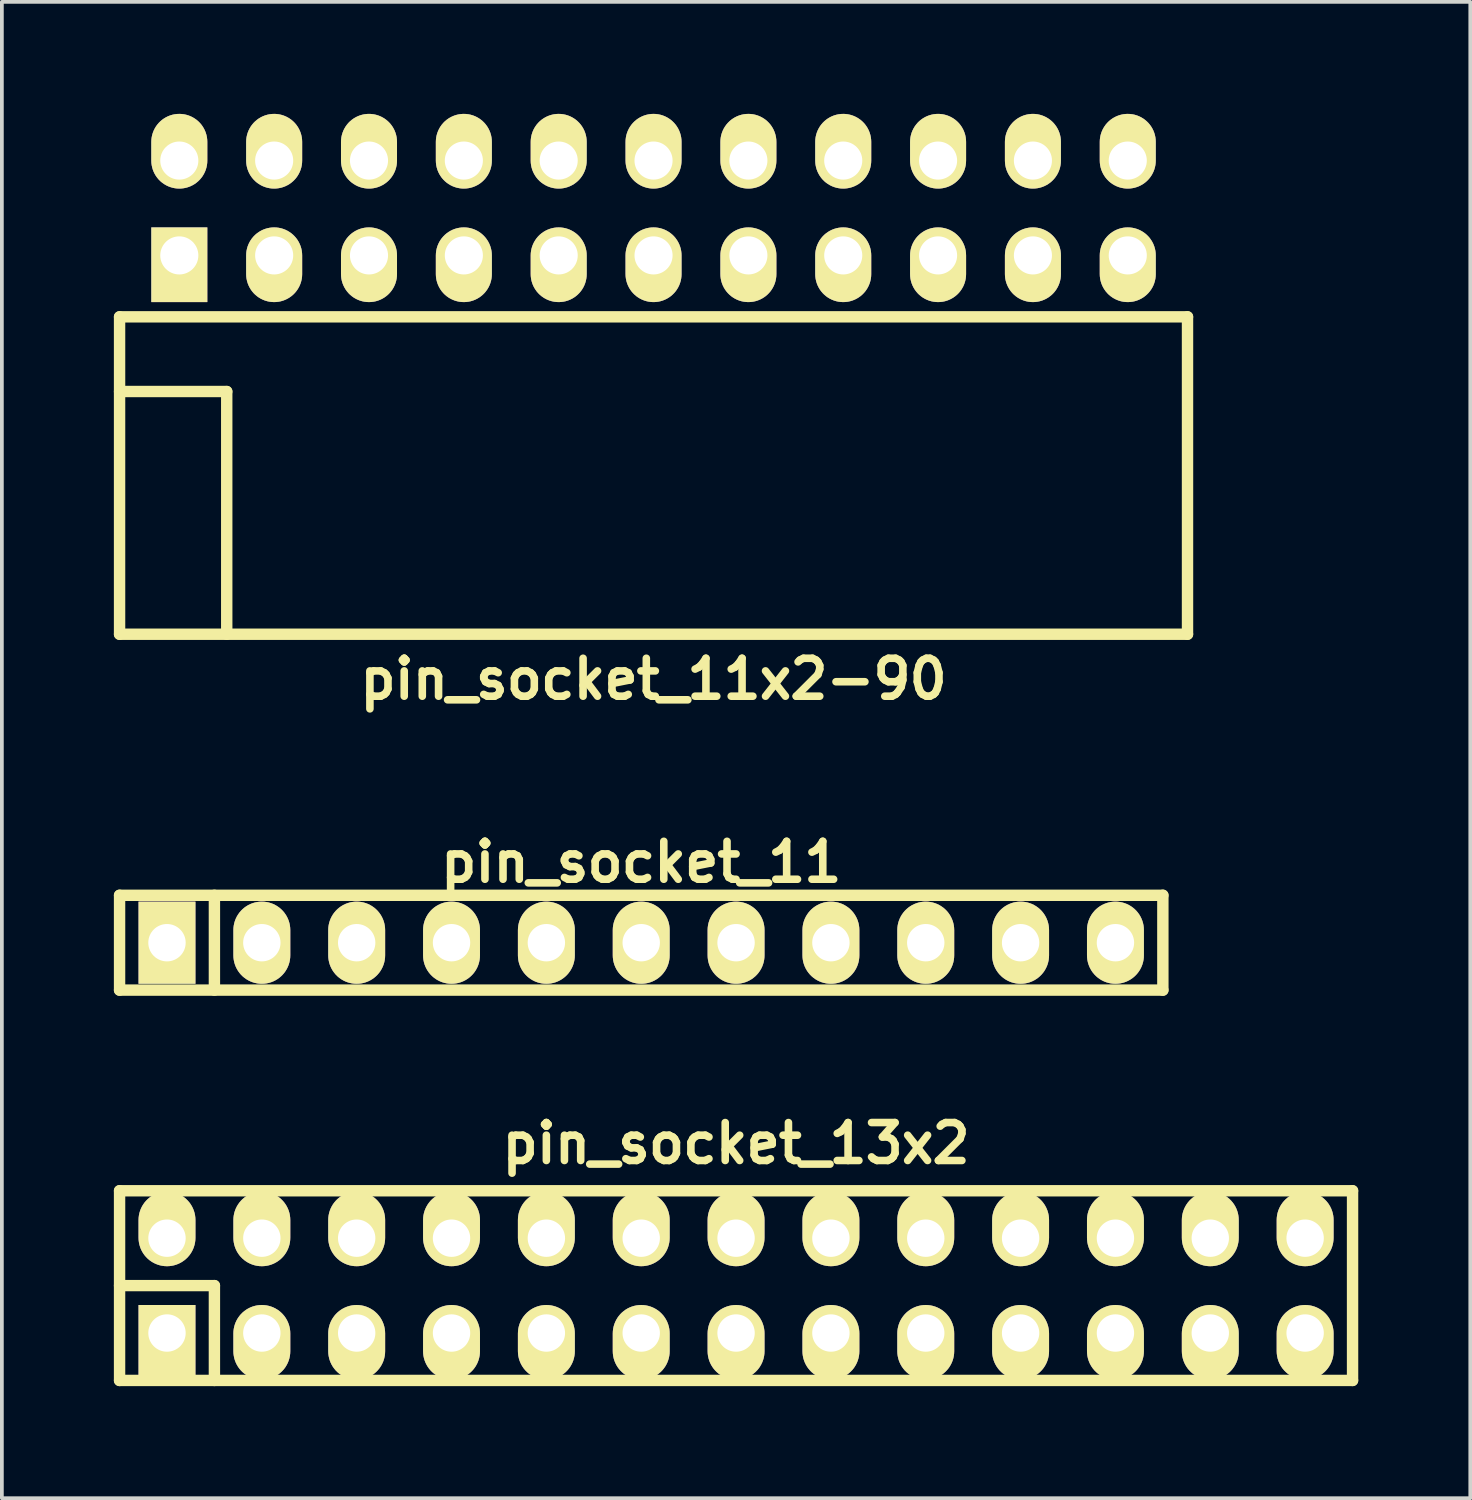
<source format=kicad_pcb>
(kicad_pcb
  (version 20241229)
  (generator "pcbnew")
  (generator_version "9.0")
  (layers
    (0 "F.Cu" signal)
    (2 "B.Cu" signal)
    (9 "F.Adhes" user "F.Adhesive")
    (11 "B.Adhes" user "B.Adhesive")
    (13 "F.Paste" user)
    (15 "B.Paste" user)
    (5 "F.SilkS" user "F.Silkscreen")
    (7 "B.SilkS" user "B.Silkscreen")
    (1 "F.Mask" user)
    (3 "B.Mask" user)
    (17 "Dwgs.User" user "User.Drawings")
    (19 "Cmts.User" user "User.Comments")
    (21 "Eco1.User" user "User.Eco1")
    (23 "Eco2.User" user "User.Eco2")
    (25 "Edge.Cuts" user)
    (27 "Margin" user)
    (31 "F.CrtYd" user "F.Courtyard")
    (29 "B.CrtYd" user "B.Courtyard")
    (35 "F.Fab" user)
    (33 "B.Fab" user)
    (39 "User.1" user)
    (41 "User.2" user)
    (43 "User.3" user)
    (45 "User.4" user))
  (footprint "pin_socket_11"
    (layer "F.Cu")
    (at 14.122 22.196)
    (property "Reference" "pin_socket_11" (at 0 -2.159 0) (layer "F.SilkS") (effects (font (size 1.016 1.016) (thickness 0.203))))
    (attr through_hole)
    (fp_line (start -13.97 -1.27) (end 13.97 -1.27) (stroke (width 0.305) (type solid)) (layer "F.SilkS"))
    (fp_line (start -13.97 1.27) (end -13.97 -1.27) (stroke (width 0.305) (type solid)) (layer "F.SilkS"))
    (fp_line (start -11.43 -1.27) (end -11.43 1.27) (stroke (width 0.305) (type solid)) (layer "F.SilkS"))
    (fp_line (start 13.97 -1.27) (end 13.97 1.27) (stroke (width 0.305) (type solid)) (layer "F.SilkS"))
    (fp_line (start 13.97 1.27) (end -13.97 1.27) (stroke (width 0.305) (type solid)) (layer "F.SilkS"))
    (pad "1" thru_hole rect (at -12.7 0) (size 1.524 2.2) (drill 1.001) (layers "*.Cu" "*.Mask" "F.SilkS"))
    (pad "2" thru_hole oval (at -10.16 0) (size 1.524 2.2) (drill 1.001) (layers "*.Cu" "*.Mask" "F.SilkS"))
    (pad "3" thru_hole oval (at -7.62 0) (size 1.524 2.2) (drill 1.001) (layers "*.Cu" "*.Mask" "F.SilkS"))
    (pad "4" thru_hole oval (at -5.08 0) (size 1.524 2.2) (drill 1.001) (layers "*.Cu" "*.Mask" "F.SilkS"))
    (pad "5" thru_hole oval (at -2.54 0) (size 1.524 2.2) (drill 1.001) (layers "*.Cu" "*.Mask" "F.SilkS"))
    (pad "6" thru_hole oval (at 0 0) (size 1.524 2.2) (drill 1.001) (layers "*.Cu" "*.Mask" "F.SilkS"))
    (pad "7" thru_hole oval (at 2.54 0) (size 1.524 2.2) (drill 1.001) (layers "*.Cu" "*.Mask" "F.SilkS"))
    (pad "8" thru_hole oval (at 5.08 0) (size 1.524 2.2) (drill 1.001) (layers "*.Cu" "*.Mask" "F.SilkS"))
    (pad "9" thru_hole oval (at 7.62 0) (size 1.524 2.2) (drill 1.001) (layers "*.Cu" "*.Mask" "F.SilkS"))
    (pad "10" thru_hole oval (at 10.16 0) (size 1.524 2.2) (drill 1.001) (layers "*.Cu" "*.Mask" "F.SilkS"))
    (pad "11" thru_hole oval (at 12.7 0) (size 1.524 2.2) (drill 1.001) (layers "*.Cu" "*.Mask" "F.SilkS")))
  (footprint "pin_socket_11x2-90"
    (layer "F.Cu")
    (at 14.452 7.435)
    (property "Reference" "pin_socket_11x2-90" (at 0 7.7 0) (layer "F.SilkS") (effects (font (size 1.016 1.016) (thickness 0.203))))
    (attr through_hole)
    (fp_line (start -14.3 -2) (end -14.3 6.5) (stroke (width 0.305) (type solid)) (layer "F.SilkS"))
    (fp_line (start -14.3 -2) (end 14.3 -2) (stroke (width 0.305) (type solid)) (layer "F.SilkS"))
    (fp_line (start -14.3 0) (end -11.43 0) (stroke (width 0.305) (type solid)) (layer "F.SilkS"))
    (fp_line (start -14.3 6.5) (end 14.3 6.5) (stroke (width 0.305) (type solid)) (layer "F.SilkS"))
    (fp_line (start -11.43 0) (end -11.43 6.5) (stroke (width 0.305) (type solid)) (layer "F.SilkS"))
    (fp_line (start 14.3 -2) (end 14.3 6.5) (stroke (width 0.305) (type solid)) (layer "F.SilkS"))
    (pad "1" thru_hole rect (at -12.7 -3.645) (size 1.5 2) (drill 1.02 (offset 0 0.25)) (layers "*.Cu" "*.Mask" "F.SilkS"))
    (pad "2" thru_hole oval (at -12.7 -6.185) (size 1.5 2) (drill 1.02 (offset 0 -0.25)) (layers "*.Cu" "*.Mask" "F.SilkS"))
    (pad "3" thru_hole oval (at -10.16 -3.645) (size 1.5 2) (drill 1.02 (offset 0 0.25)) (layers "*.Cu" "*.Mask" "F.SilkS"))
    (pad "4" thru_hole oval (at -10.16 -6.185) (size 1.5 2) (drill 1.02 (offset 0 -0.25)) (layers "*.Cu" "*.Mask" "F.SilkS"))
    (pad "5" thru_hole oval (at -7.62 -3.645) (size 1.5 2) (drill 1.02 (offset 0 0.25)) (layers "*.Cu" "*.Mask" "F.SilkS"))
    (pad "6" thru_hole oval (at -7.62 -6.185) (size 1.5 2) (drill 1.02 (offset 0 -0.25)) (layers "*.Cu" "*.Mask" "F.SilkS"))
    (pad "7" thru_hole oval (at -5.08 -3.645) (size 1.5 2) (drill 1.02 (offset 0 0.25)) (layers "*.Cu" "*.Mask" "F.SilkS"))
    (pad "8" thru_hole oval (at -5.08 -6.185) (size 1.5 2) (drill 1.02 (offset 0 -0.25)) (layers "*.Cu" "*.Mask" "F.SilkS"))
    (pad "9" thru_hole oval (at -2.54 -3.645) (size 1.5 2) (drill 1.02 (offset 0 0.25)) (layers "*.Cu" "*.Mask" "F.SilkS"))
    (pad "10" thru_hole oval (at -2.54 -6.185) (size 1.5 2) (drill 1.02 (offset 0 -0.25)) (layers "*.Cu" "*.Mask" "F.SilkS"))
    (pad "11" thru_hole oval (at 0 -3.645) (size 1.5 2) (drill 1.02 (offset 0 0.25)) (layers "*.Cu" "*.Mask" "F.SilkS"))
    (pad "12" thru_hole oval (at 0 -6.185) (size 1.5 2) (drill 1.02 (offset 0 -0.25)) (layers "*.Cu" "*.Mask" "F.SilkS"))
    (pad "13" thru_hole oval (at 2.54 -3.645) (size 1.5 2) (drill 1.02 (offset 0 0.25)) (layers "*.Cu" "*.Mask" "F.SilkS"))
    (pad "14" thru_hole oval (at 2.54 -6.185) (size 1.5 2) (drill 1.02 (offset 0 -0.25)) (layers "*.Cu" "*.Mask" "F.SilkS"))
    (pad "15" thru_hole oval (at 5.08 -3.645) (size 1.5 2) (drill 1.02 (offset 0 0.25)) (layers "*.Cu" "*.Mask" "F.SilkS"))
    (pad "16" thru_hole oval (at 5.08 -6.185) (size 1.5 2) (drill 1.02 (offset 0 -0.25)) (layers "*.Cu" "*.Mask" "F.SilkS"))
    (pad "17" thru_hole oval (at 7.62 -3.645) (size 1.5 2) (drill 1.02 (offset 0 0.25)) (layers "*.Cu" "*.Mask" "F.SilkS"))
    (pad "18" thru_hole oval (at 7.62 -6.185) (size 1.5 2) (drill 1.02 (offset 0 -0.25)) (layers "*.Cu" "*.Mask" "F.SilkS"))
    (pad "19" thru_hole oval (at 10.16 -3.645) (size 1.5 2) (drill 1.02 (offset 0 0.25)) (layers "*.Cu" "*.Mask" "F.SilkS"))
    (pad "20" thru_hole oval (at 10.16 -6.185) (size 1.5 2) (drill 1.02 (offset 0 -0.25)) (layers "*.Cu" "*.Mask" "F.SilkS"))
    (pad "21" thru_hole oval (at 12.7 -3.645) (size 1.5 2) (drill 1.02 (offset 0 0.25)) (layers "*.Cu" "*.Mask" "F.SilkS"))
    (pad "22" thru_hole oval (at 12.7 -6.185) (size 1.5 2) (drill 1.02 (offset 0 -0.25)) (layers "*.Cu" "*.Mask" "F.SilkS")))
  (footprint "pin_socket_13x2"
    (layer "F.Cu")
    (at 16.662 31.379)
    (property "Reference" "pin_socket_13x2" (at 0 -3.81 0) (layer "F.SilkS") (effects (font (size 1.016 1.016) (thickness 0.203))))
    (attr through_hole)
    (fp_line (start -16.51 -2.54) (end -16.51 2.54) (stroke (width 0.305) (type solid)) (layer "F.SilkS"))
    (fp_line (start -16.51 -2.54) (end 16.51 -2.54) (stroke (width 0.305) (type solid)) (layer "F.SilkS"))
    (fp_line (start -16.51 0) (end -13.97 0) (stroke (width 0.305) (type solid)) (layer "F.SilkS"))
    (fp_line (start -13.97 0) (end -13.97 2.54) (stroke (width 0.305) (type solid)) (layer "F.SilkS"))
    (fp_line (start 16.51 2.54) (end -16.51 2.54) (stroke (width 0.305) (type solid)) (layer "F.SilkS"))
    (fp_line (start 16.51 2.54) (end 16.51 -2.54) (stroke (width 0.305) (type solid)) (layer "F.SilkS"))
    (pad "1" thru_hole rect (at -15.24 1.27) (size 1.524 1.999) (drill 1.001 (offset 0 0.249)) (layers "*.Cu" "*.Mask" "F.SilkS"))
    (pad "2" thru_hole oval (at -15.24 -1.27) (size 1.524 1.999) (drill 1.001 (offset 0 -0.249)) (layers "*.Cu" "*.Mask" "F.SilkS"))
    (pad "3" thru_hole oval (at -12.7 1.27) (size 1.524 1.999) (drill 1.001 (offset 0 0.249)) (layers "*.Cu" "*.Mask" "F.SilkS"))
    (pad "4" thru_hole oval (at -12.7 -1.27) (size 1.524 1.999) (drill 1.001 (offset 0 -0.249)) (layers "*.Cu" "*.Mask" "F.SilkS"))
    (pad "5" thru_hole oval (at -10.16 1.27) (size 1.524 1.999) (drill 1.001 (offset 0 0.249)) (layers "*.Cu" "*.Mask" "F.SilkS"))
    (pad "6" thru_hole oval (at -10.16 -1.27) (size 1.524 1.999) (drill 1.001 (offset 0 -0.249)) (layers "*.Cu" "*.Mask" "F.SilkS"))
    (pad "7" thru_hole oval (at -7.62 1.27) (size 1.524 1.999) (drill 1.001 (offset 0 0.249)) (layers "*.Cu" "*.Mask" "F.SilkS"))
    (pad "8" thru_hole oval (at -7.62 -1.27) (size 1.524 1.999) (drill 1.001 (offset 0 -0.249)) (layers "*.Cu" "*.Mask" "F.SilkS"))
    (pad "9" thru_hole oval (at -5.08 1.27) (size 1.524 1.999) (drill 1.001 (offset 0 0.249)) (layers "*.Cu" "*.Mask" "F.SilkS"))
    (pad "10" thru_hole oval (at -5.08 -1.27) (size 1.524 1.999) (drill 1.001 (offset 0 -0.249)) (layers "*.Cu" "*.Mask" "F.SilkS"))
    (pad "11" thru_hole oval (at -2.54 1.27) (size 1.524 1.999) (drill 1.001 (offset 0 0.249)) (layers "*.Cu" "*.Mask" "F.SilkS"))
    (pad "12" thru_hole oval (at -2.54 -1.27) (size 1.524 1.999) (drill 1.001 (offset 0 -0.249)) (layers "*.Cu" "*.Mask" "F.SilkS"))
    (pad "13" thru_hole oval (at 0 1.27) (size 1.524 1.999) (drill 1.001 (offset 0 0.249)) (layers "*.Cu" "*.Mask" "F.SilkS"))
    (pad "14" thru_hole oval (at 0 -1.27) (size 1.524 1.999) (drill 1.001 (offset 0 -0.249)) (layers "*.Cu" "*.Mask" "F.SilkS"))
    (pad "15" thru_hole oval (at 2.54 1.27) (size 1.524 1.999) (drill 1.001 (offset 0 0.249)) (layers "*.Cu" "*.Mask" "F.SilkS"))
    (pad "16" thru_hole oval (at 2.54 -1.27) (size 1.524 1.999) (drill 1.001 (offset 0 -0.249)) (layers "*.Cu" "*.Mask" "F.SilkS"))
    (pad "17" thru_hole oval (at 5.08 1.27) (size 1.524 1.999) (drill 1.001 (offset 0 0.249)) (layers "*.Cu" "*.Mask" "F.SilkS"))
    (pad "18" thru_hole oval (at 5.08 -1.27) (size 1.524 1.999) (drill 1.001 (offset 0 -0.249)) (layers "*.Cu" "*.Mask" "F.SilkS"))
    (pad "19" thru_hole oval (at 7.62 1.27) (size 1.524 1.999) (drill 1.001 (offset 0 0.249)) (layers "*.Cu" "*.Mask" "F.SilkS"))
    (pad "20" thru_hole oval (at 7.62 -1.27) (size 1.524 1.999) (drill 1.001 (offset 0 -0.249)) (layers "*.Cu" "*.Mask" "F.SilkS"))
    (pad "21" thru_hole oval (at 10.16 1.27) (size 1.524 1.999) (drill 1.001 (offset 0 0.249)) (layers "*.Cu" "*.Mask" "F.SilkS"))
    (pad "22" thru_hole oval (at 10.16 -1.27) (size 1.524 1.999) (drill 1.001 (offset 0 -0.249)) (layers "*.Cu" "*.Mask" "F.SilkS"))
    (pad "23" thru_hole oval (at 12.7 1.27) (size 1.524 1.999) (drill 1.001 (offset 0 0.249)) (layers "*.Cu" "*.Mask" "F.SilkS"))
    (pad "24" thru_hole oval (at 12.7 -1.27) (size 1.524 1.999) (drill 1.001 (offset 0 -0.249)) (layers "*.Cu" "*.Mask" "F.SilkS"))
    (pad "25" thru_hole oval (at 15.24 1.27) (size 1.524 1.999) (drill 1.001 (offset 0 0.249)) (layers "*.Cu" "*.Mask" "F.SilkS"))
    (pad "26" thru_hole oval (at 15.24 -1.27) (size 1.524 1.999) (drill 1.001 (offset 0 -0.249)) (layers "*.Cu" "*.Mask" "F.SilkS")))
  (gr_rect
    (start -3 -3)
    (end 36.325 37.072)
    (stroke (width 0.1) (type default))
    (fill no)
    (layer "Edge.Cuts")))
</source>
